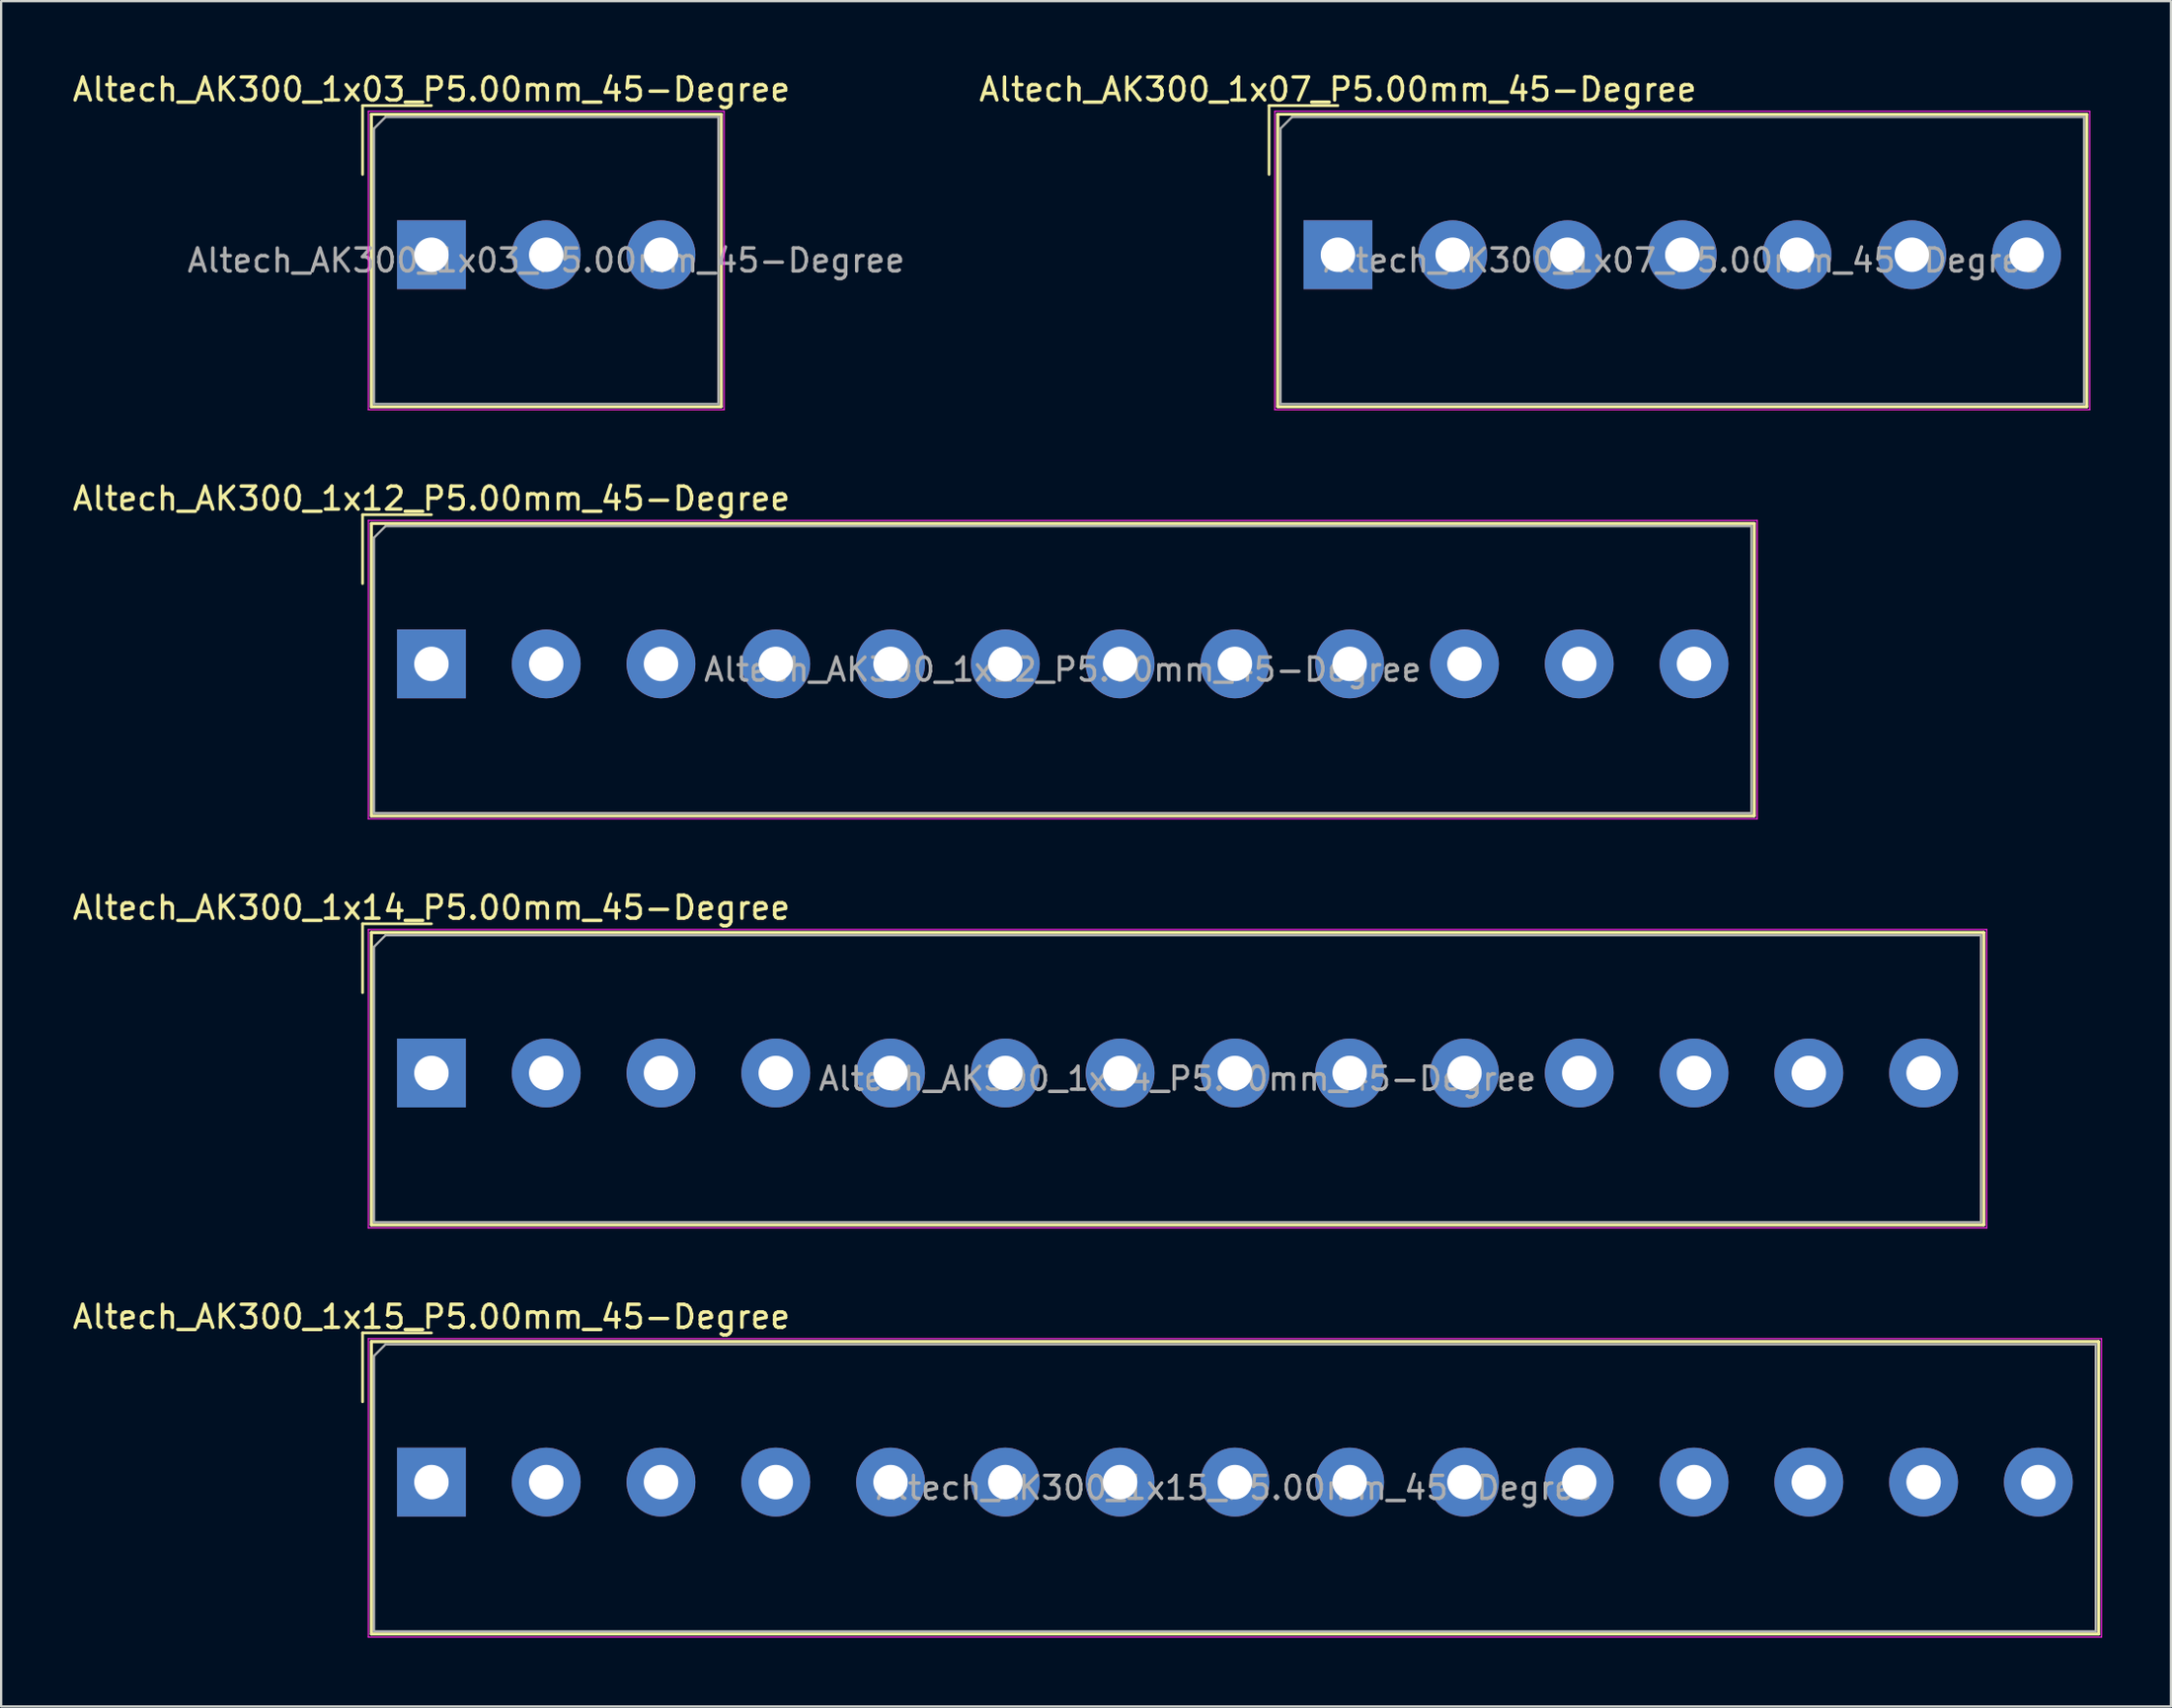
<source format=kicad_pcb>
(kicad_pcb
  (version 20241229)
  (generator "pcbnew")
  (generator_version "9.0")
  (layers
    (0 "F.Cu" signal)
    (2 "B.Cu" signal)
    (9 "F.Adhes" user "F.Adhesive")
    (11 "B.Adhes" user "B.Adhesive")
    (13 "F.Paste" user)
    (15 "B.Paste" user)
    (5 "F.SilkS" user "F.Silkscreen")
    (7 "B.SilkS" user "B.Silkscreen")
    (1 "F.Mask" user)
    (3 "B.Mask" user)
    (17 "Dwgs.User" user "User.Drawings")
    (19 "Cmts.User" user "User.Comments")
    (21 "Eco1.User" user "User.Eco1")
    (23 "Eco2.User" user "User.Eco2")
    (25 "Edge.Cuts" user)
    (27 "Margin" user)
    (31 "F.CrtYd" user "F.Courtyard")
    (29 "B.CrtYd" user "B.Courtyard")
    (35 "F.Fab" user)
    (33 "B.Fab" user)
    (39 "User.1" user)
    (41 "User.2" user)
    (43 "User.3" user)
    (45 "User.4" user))
  (footprint "Altech_AK300_1x07_P5.00mm_45-Degree"
    (layer "F.Cu")
    (at 55.232 8.048)
    (property "Reference" "Altech_AK300_1x07_P5.00mm_45-Degree" (at 0 -7.2 0) (layer "F.SilkS") (effects (font (size 1 1) (thickness 0.15))))
    (attr through_hole)
    (fp_line (start -3 -6.5) (end 0 -6.5) (stroke (width 0.12) (type solid)) (layer "F.SilkS"))
    (fp_line (start -3 -3.5) (end -3 -6.5) (stroke (width 0.12) (type solid)) (layer "F.SilkS"))
    (fp_line (start -2.62 -6.12) (end -2.62 6.62) (stroke (width 0.12) (type solid)) (layer "F.SilkS"))
    (fp_line (start -2.62 -6.12) (end -2.62 6.62) (stroke (width 0.12) (type solid)) (layer "F.SilkS"))
    (fp_line (start -2.62 -6.12) (end 32.62 -6.12) (stroke (width 0.12) (type solid)) (layer "F.SilkS"))
    (fp_line (start -2.62 -6.12) (end 32.62 -6.12) (stroke (width 0.12) (type solid)) (layer "F.SilkS"))
    (fp_line (start -2.62 6.62) (end 32.62 6.62) (stroke (width 0.12) (type solid)) (layer "F.SilkS"))
    (fp_line (start -2.62 6.62) (end 32.62 6.62) (stroke (width 0.12) (type solid)) (layer "F.SilkS"))
    (fp_line (start 32.62 -6.12) (end 32.62 6.62) (stroke (width 0.12) (type solid)) (layer "F.SilkS"))
    (fp_line (start 32.62 -6.12) (end 32.62 6.62) (stroke (width 0.12) (type solid)) (layer "F.SilkS"))
    (fp_line (start -2.75 -6.25) (end -2.75 6.75) (stroke (width 0.05) (type solid)) (layer "F.CrtYd"))
    (fp_line (start -2.75 -6.25) (end 32.75 -6.25) (stroke (width 0.05) (type solid)) (layer "F.CrtYd"))
    (fp_line (start -2.75 6.75) (end 32.75 6.75) (stroke (width 0.05) (type solid)) (layer "F.CrtYd"))
    (fp_line (start 32.75 -6.25) (end 32.75 6.75) (stroke (width 0.05) (type solid)) (layer "F.CrtYd"))
    (fp_line (start -2.5 -5.5) (end -2 -6) (stroke (width 0.1) (type solid)) (layer "F.Fab"))
    (fp_line (start -2.5 6.5) (end -2.5 -5.5) (stroke (width 0.1) (type solid)) (layer "F.Fab"))
    (fp_line (start -2 -6) (end 32.5 -6) (stroke (width 0.1) (type solid)) (layer "F.Fab"))
    (fp_line (start 32.5 -6) (end 32.5 6.5) (stroke (width 0.1) (type solid)) (layer "F.Fab"))
    (fp_line (start 32.5 6.5) (end -2.5 6.5) (stroke (width 0.1) (type solid)) (layer "F.Fab"))
    (fp_text user "${REFERENCE}" (at 15 0.25 0) (layer "F.Fab") (effects (font (size 1 1) (thickness 0.15))))
    (pad "1" thru_hole rect (at 0 0) (size 3 3) (drill 1.5) (layers "*.Cu" "*.Mask"))
    (pad "2" thru_hole circle (at 5 0) (size 3 3) (drill 1.5) (layers "*.Cu" "*.Mask"))
    (pad "3" thru_hole circle (at 10 0) (size 3 3) (drill 1.5) (layers "*.Cu" "*.Mask"))
    (pad "4" thru_hole circle (at 15 0) (size 3 3) (drill 1.5) (layers "*.Cu" "*.Mask"))
    (pad "5" thru_hole circle (at 20 0) (size 3 3) (drill 1.5) (layers "*.Cu" "*.Mask"))
    (pad "6" thru_hole circle (at 25 0) (size 3 3) (drill 1.5) (layers "*.Cu" "*.Mask"))
    (pad "7" thru_hole circle (at 30 0) (size 3 3) (drill 1.5) (layers "*.Cu" "*.Mask")))
  (footprint "Altech_AK300_1x03_P5.00mm_45-Degree"
    (layer "F.Cu")
    (at 15.744 8.048)
    (property "Reference" "Altech_AK300_1x03_P5.00mm_45-Degree" (at 0 -7.2 0) (layer "F.SilkS") (effects (font (size 1 1) (thickness 0.15))))
    (attr through_hole)
    (fp_line (start -3 -6.5) (end 0 -6.5) (stroke (width 0.12) (type solid)) (layer "F.SilkS"))
    (fp_line (start -3 -3.5) (end -3 -6.5) (stroke (width 0.12) (type solid)) (layer "F.SilkS"))
    (fp_line (start -2.62 -6.12) (end -2.62 6.62) (stroke (width 0.12) (type solid)) (layer "F.SilkS"))
    (fp_line (start -2.62 -6.12) (end -2.62 6.62) (stroke (width 0.12) (type solid)) (layer "F.SilkS"))
    (fp_line (start -2.62 -6.12) (end 12.62 -6.12) (stroke (width 0.12) (type solid)) (layer "F.SilkS"))
    (fp_line (start -2.62 -6.12) (end 12.62 -6.12) (stroke (width 0.12) (type solid)) (layer "F.SilkS"))
    (fp_line (start -2.62 6.62) (end 12.62 6.62) (stroke (width 0.12) (type solid)) (layer "F.SilkS"))
    (fp_line (start -2.62 6.62) (end 12.62 6.62) (stroke (width 0.12) (type solid)) (layer "F.SilkS"))
    (fp_line (start 12.62 -6.12) (end 12.62 6.62) (stroke (width 0.12) (type solid)) (layer "F.SilkS"))
    (fp_line (start 12.62 -6.12) (end 12.62 6.62) (stroke (width 0.12) (type solid)) (layer "F.SilkS"))
    (fp_line (start -2.75 -6.25) (end -2.75 6.75) (stroke (width 0.05) (type solid)) (layer "F.CrtYd"))
    (fp_line (start -2.75 -6.25) (end 12.75 -6.25) (stroke (width 0.05) (type solid)) (layer "F.CrtYd"))
    (fp_line (start -2.75 6.75) (end 12.75 6.75) (stroke (width 0.05) (type solid)) (layer "F.CrtYd"))
    (fp_line (start 12.75 -6.25) (end 12.75 6.75) (stroke (width 0.05) (type solid)) (layer "F.CrtYd"))
    (fp_line (start -2.5 -5.5) (end -2 -6) (stroke (width 0.1) (type solid)) (layer "F.Fab"))
    (fp_line (start -2.5 6.5) (end -2.5 -5.5) (stroke (width 0.1) (type solid)) (layer "F.Fab"))
    (fp_line (start -2 -6) (end 12.5 -6) (stroke (width 0.1) (type solid)) (layer "F.Fab"))
    (fp_line (start 12.5 -6) (end 12.5 6.5) (stroke (width 0.1) (type solid)) (layer "F.Fab"))
    (fp_line (start 12.5 6.5) (end -2.5 6.5) (stroke (width 0.1) (type solid)) (layer "F.Fab"))
    (fp_text user "${REFERENCE}" (at 5 0.25 0) (layer "F.Fab") (effects (font (size 1 1) (thickness 0.15))))
    (pad "1" thru_hole rect (at 0 0) (size 3 3) (drill 1.5) (layers "*.Cu" "*.Mask"))
    (pad "2" thru_hole circle (at 5 0) (size 3 3) (drill 1.5) (layers "*.Cu" "*.Mask"))
    (pad "3" thru_hole circle (at 10 0) (size 3 3) (drill 1.5) (layers "*.Cu" "*.Mask")))
  (footprint "Altech_AK300_1x14_P5.00mm_45-Degree"
    (layer "F.Cu")
    (at 15.744 43.695)
    (property "Reference" "Altech_AK300_1x14_P5.00mm_45-Degree" (at 0 -7.2 0) (layer "F.SilkS") (effects (font (size 1 1) (thickness 0.15))))
    (attr through_hole)
    (fp_line (start -3 -6.5) (end 0 -6.5) (stroke (width 0.12) (type solid)) (layer "F.SilkS"))
    (fp_line (start -3 -3.5) (end -3 -6.5) (stroke (width 0.12) (type solid)) (layer "F.SilkS"))
    (fp_line (start -2.62 -6.12) (end -2.62 6.62) (stroke (width 0.12) (type solid)) (layer "F.SilkS"))
    (fp_line (start -2.62 -6.12) (end -2.62 6.62) (stroke (width 0.12) (type solid)) (layer "F.SilkS"))
    (fp_line (start -2.62 -6.12) (end 67.62 -6.12) (stroke (width 0.12) (type solid)) (layer "F.SilkS"))
    (fp_line (start -2.62 -6.12) (end 67.62 -6.12) (stroke (width 0.12) (type solid)) (layer "F.SilkS"))
    (fp_line (start -2.62 6.62) (end 67.62 6.62) (stroke (width 0.12) (type solid)) (layer "F.SilkS"))
    (fp_line (start -2.62 6.62) (end 67.62 6.62) (stroke (width 0.12) (type solid)) (layer "F.SilkS"))
    (fp_line (start 67.62 -6.12) (end 67.62 6.62) (stroke (width 0.12) (type solid)) (layer "F.SilkS"))
    (fp_line (start 67.62 -6.12) (end 67.62 6.62) (stroke (width 0.12) (type solid)) (layer "F.SilkS"))
    (fp_line (start -2.75 -6.25) (end -2.75 6.75) (stroke (width 0.05) (type solid)) (layer "F.CrtYd"))
    (fp_line (start -2.75 -6.25) (end 67.75 -6.25) (stroke (width 0.05) (type solid)) (layer "F.CrtYd"))
    (fp_line (start -2.75 6.75) (end 67.75 6.75) (stroke (width 0.05) (type solid)) (layer "F.CrtYd"))
    (fp_line (start 67.75 -6.25) (end 67.75 6.75) (stroke (width 0.05) (type solid)) (layer "F.CrtYd"))
    (fp_line (start -2.5 -5.5) (end -2 -6) (stroke (width 0.1) (type solid)) (layer "F.Fab"))
    (fp_line (start -2.5 6.5) (end -2.5 -5.5) (stroke (width 0.1) (type solid)) (layer "F.Fab"))
    (fp_line (start -2 -6) (end 67.5 -6) (stroke (width 0.1) (type solid)) (layer "F.Fab"))
    (fp_line (start 67.5 -6) (end 67.5 6.5) (stroke (width 0.1) (type solid)) (layer "F.Fab"))
    (fp_line (start 67.5 6.5) (end -2.5 6.5) (stroke (width 0.1) (type solid)) (layer "F.Fab"))
    (fp_text user "${REFERENCE}" (at 32.5 0.25 0) (layer "F.Fab") (effects (font (size 1 1) (thickness 0.15))))
    (pad "1" thru_hole rect (at 0 0) (size 3 3) (drill 1.5) (layers "*.Cu" "*.Mask"))
    (pad "2" thru_hole circle (at 5 0) (size 3 3) (drill 1.5) (layers "*.Cu" "*.Mask"))
    (pad "3" thru_hole circle (at 10 0) (size 3 3) (drill 1.5) (layers "*.Cu" "*.Mask"))
    (pad "4" thru_hole circle (at 15 0) (size 3 3) (drill 1.5) (layers "*.Cu" "*.Mask"))
    (pad "5" thru_hole circle (at 20 0) (size 3 3) (drill 1.5) (layers "*.Cu" "*.Mask"))
    (pad "6" thru_hole circle (at 25 0) (size 3 3) (drill 1.5) (layers "*.Cu" "*.Mask"))
    (pad "7" thru_hole circle (at 30 0) (size 3 3) (drill 1.5) (layers "*.Cu" "*.Mask"))
    (pad "8" thru_hole circle (at 35 0) (size 3 3) (drill 1.5) (layers "*.Cu" "*.Mask"))
    (pad "9" thru_hole circle (at 40 0) (size 3 3) (drill 1.5) (layers "*.Cu" "*.Mask"))
    (pad "10" thru_hole circle (at 45 0) (size 3 3) (drill 1.5) (layers "*.Cu" "*.Mask"))
    (pad "11" thru_hole circle (at 50 0) (size 3 3) (drill 1.5) (layers "*.Cu" "*.Mask"))
    (pad "12" thru_hole circle (at 55 0) (size 3 3) (drill 1.5) (layers "*.Cu" "*.Mask"))
    (pad "13" thru_hole circle (at 60 0) (size 3 3) (drill 1.5) (layers "*.Cu" "*.Mask"))
    (pad "14" thru_hole circle (at 65 0) (size 3 3) (drill 1.5) (layers "*.Cu" "*.Mask")))
  (footprint "Altech_AK300_1x12_P5.00mm_45-Degree"
    (layer "F.Cu")
    (at 15.744 25.872)
    (property "Reference" "Altech_AK300_1x12_P5.00mm_45-Degree" (at 0 -7.2 0) (layer "F.SilkS") (effects (font (size 1 1) (thickness 0.15))))
    (attr through_hole)
    (fp_line (start -3 -6.5) (end 0 -6.5) (stroke (width 0.12) (type solid)) (layer "F.SilkS"))
    (fp_line (start -3 -3.5) (end -3 -6.5) (stroke (width 0.12) (type solid)) (layer "F.SilkS"))
    (fp_line (start -2.62 -6.12) (end -2.62 6.62) (stroke (width 0.12) (type solid)) (layer "F.SilkS"))
    (fp_line (start -2.62 -6.12) (end -2.62 6.62) (stroke (width 0.12) (type solid)) (layer "F.SilkS"))
    (fp_line (start -2.62 -6.12) (end 57.62 -6.12) (stroke (width 0.12) (type solid)) (layer "F.SilkS"))
    (fp_line (start -2.62 -6.12) (end 57.62 -6.12) (stroke (width 0.12) (type solid)) (layer "F.SilkS"))
    (fp_line (start -2.62 6.62) (end 57.62 6.62) (stroke (width 0.12) (type solid)) (layer "F.SilkS"))
    (fp_line (start -2.62 6.62) (end 57.62 6.62) (stroke (width 0.12) (type solid)) (layer "F.SilkS"))
    (fp_line (start 57.62 -6.12) (end 57.62 6.62) (stroke (width 0.12) (type solid)) (layer "F.SilkS"))
    (fp_line (start 57.62 -6.12) (end 57.62 6.62) (stroke (width 0.12) (type solid)) (layer "F.SilkS"))
    (fp_line (start -2.75 -6.25) (end -2.75 6.75) (stroke (width 0.05) (type solid)) (layer "F.CrtYd"))
    (fp_line (start -2.75 -6.25) (end 57.75 -6.25) (stroke (width 0.05) (type solid)) (layer "F.CrtYd"))
    (fp_line (start -2.75 6.75) (end 57.75 6.75) (stroke (width 0.05) (type solid)) (layer "F.CrtYd"))
    (fp_line (start 57.75 -6.25) (end 57.75 6.75) (stroke (width 0.05) (type solid)) (layer "F.CrtYd"))
    (fp_line (start -2.5 -5.5) (end -2 -6) (stroke (width 0.1) (type solid)) (layer "F.Fab"))
    (fp_line (start -2.5 6.5) (end -2.5 -5.5) (stroke (width 0.1) (type solid)) (layer "F.Fab"))
    (fp_line (start -2 -6) (end 57.5 -6) (stroke (width 0.1) (type solid)) (layer "F.Fab"))
    (fp_line (start 57.5 -6) (end 57.5 6.5) (stroke (width 0.1) (type solid)) (layer "F.Fab"))
    (fp_line (start 57.5 6.5) (end -2.5 6.5) (stroke (width 0.1) (type solid)) (layer "F.Fab"))
    (fp_text user "${REFERENCE}" (at 27.5 0.25 0) (layer "F.Fab") (effects (font (size 1 1) (thickness 0.15))))
    (pad "1" thru_hole rect (at 0 0) (size 3 3) (drill 1.5) (layers "*.Cu" "*.Mask"))
    (pad "2" thru_hole circle (at 5 0) (size 3 3) (drill 1.5) (layers "*.Cu" "*.Mask"))
    (pad "3" thru_hole circle (at 10 0) (size 3 3) (drill 1.5) (layers "*.Cu" "*.Mask"))
    (pad "4" thru_hole circle (at 15 0) (size 3 3) (drill 1.5) (layers "*.Cu" "*.Mask"))
    (pad "5" thru_hole circle (at 20 0) (size 3 3) (drill 1.5) (layers "*.Cu" "*.Mask"))
    (pad "6" thru_hole circle (at 25 0) (size 3 3) (drill 1.5) (layers "*.Cu" "*.Mask"))
    (pad "7" thru_hole circle (at 30 0) (size 3 3) (drill 1.5) (layers "*.Cu" "*.Mask"))
    (pad "8" thru_hole circle (at 35 0) (size 3 3) (drill 1.5) (layers "*.Cu" "*.Mask"))
    (pad "9" thru_hole circle (at 40 0) (size 3 3) (drill 1.5) (layers "*.Cu" "*.Mask"))
    (pad "10" thru_hole circle (at 45 0) (size 3 3) (drill 1.5) (layers "*.Cu" "*.Mask"))
    (pad "11" thru_hole circle (at 50 0) (size 3 3) (drill 1.5) (layers "*.Cu" "*.Mask"))
    (pad "12" thru_hole circle (at 55 0) (size 3 3) (drill 1.5) (layers "*.Cu" "*.Mask")))
  (footprint "Altech_AK300_1x15_P5.00mm_45-Degree"
    (layer "F.Cu")
    (at 15.744 61.518)
    (property "Reference" "Altech_AK300_1x15_P5.00mm_45-Degree" (at 0 -7.2 0) (layer "F.SilkS") (effects (font (size 1 1) (thickness 0.15))))
    (attr through_hole)
    (fp_line (start -3 -6.5) (end 0 -6.5) (stroke (width 0.12) (type solid)) (layer "F.SilkS"))
    (fp_line (start -3 -3.5) (end -3 -6.5) (stroke (width 0.12) (type solid)) (layer "F.SilkS"))
    (fp_line (start -2.62 -6.12) (end -2.62 6.62) (stroke (width 0.12) (type solid)) (layer "F.SilkS"))
    (fp_line (start -2.62 -6.12) (end -2.62 6.62) (stroke (width 0.12) (type solid)) (layer "F.SilkS"))
    (fp_line (start -2.62 -6.12) (end 72.62 -6.12) (stroke (width 0.12) (type solid)) (layer "F.SilkS"))
    (fp_line (start -2.62 -6.12) (end 72.62 -6.12) (stroke (width 0.12) (type solid)) (layer "F.SilkS"))
    (fp_line (start -2.62 6.62) (end 72.62 6.62) (stroke (width 0.12) (type solid)) (layer "F.SilkS"))
    (fp_line (start -2.62 6.62) (end 72.62 6.62) (stroke (width 0.12) (type solid)) (layer "F.SilkS"))
    (fp_line (start 72.62 -6.12) (end 72.62 6.62) (stroke (width 0.12) (type solid)) (layer "F.SilkS"))
    (fp_line (start 72.62 -6.12) (end 72.62 6.62) (stroke (width 0.12) (type solid)) (layer "F.SilkS"))
    (fp_line (start -2.75 -6.25) (end -2.75 6.75) (stroke (width 0.05) (type solid)) (layer "F.CrtYd"))
    (fp_line (start -2.75 -6.25) (end 72.75 -6.25) (stroke (width 0.05) (type solid)) (layer "F.CrtYd"))
    (fp_line (start -2.75 6.75) (end 72.75 6.75) (stroke (width 0.05) (type solid)) (layer "F.CrtYd"))
    (fp_line (start 72.75 -6.25) (end 72.75 6.75) (stroke (width 0.05) (type solid)) (layer "F.CrtYd"))
    (fp_line (start -2.5 -5.5) (end -2 -6) (stroke (width 0.1) (type solid)) (layer "F.Fab"))
    (fp_line (start -2.5 6.5) (end -2.5 -5.5) (stroke (width 0.1) (type solid)) (layer "F.Fab"))
    (fp_line (start -2 -6) (end 72.5 -6) (stroke (width 0.1) (type solid)) (layer "F.Fab"))
    (fp_line (start 72.5 -6) (end 72.5 6.5) (stroke (width 0.1) (type solid)) (layer "F.Fab"))
    (fp_line (start 72.5 6.5) (end -2.5 6.5) (stroke (width 0.1) (type solid)) (layer "F.Fab"))
    (fp_text user "${REFERENCE}" (at 35 0.25 0) (layer "F.Fab") (effects (font (size 1 1) (thickness 0.15))))
    (pad "1" thru_hole rect (at 0 0) (size 3 3) (drill 1.5) (layers "*.Cu" "*.Mask"))
    (pad "2" thru_hole circle (at 5 0) (size 3 3) (drill 1.5) (layers "*.Cu" "*.Mask"))
    (pad "3" thru_hole circle (at 10 0) (size 3 3) (drill 1.5) (layers "*.Cu" "*.Mask"))
    (pad "4" thru_hole circle (at 15 0) (size 3 3) (drill 1.5) (layers "*.Cu" "*.Mask"))
    (pad "5" thru_hole circle (at 20 0) (size 3 3) (drill 1.5) (layers "*.Cu" "*.Mask"))
    (pad "6" thru_hole circle (at 25 0) (size 3 3) (drill 1.5) (layers "*.Cu" "*.Mask"))
    (pad "7" thru_hole circle (at 30 0) (size 3 3) (drill 1.5) (layers "*.Cu" "*.Mask"))
    (pad "8" thru_hole circle (at 35 0) (size 3 3) (drill 1.5) (layers "*.Cu" "*.Mask"))
    (pad "9" thru_hole circle (at 40 0) (size 3 3) (drill 1.5) (layers "*.Cu" "*.Mask"))
    (pad "10" thru_hole circle (at 45 0) (size 3 3) (drill 1.5) (layers "*.Cu" "*.Mask"))
    (pad "11" thru_hole circle (at 50 0) (size 3 3) (drill 1.5) (layers "*.Cu" "*.Mask"))
    (pad "12" thru_hole circle (at 55 0) (size 3 3) (drill 1.5) (layers "*.Cu" "*.Mask"))
    (pad "13" thru_hole circle (at 60 0) (size 3 3) (drill 1.5) (layers "*.Cu" "*.Mask"))
    (pad "14" thru_hole circle (at 65 0) (size 3 3) (drill 1.5) (layers "*.Cu" "*.Mask"))
    (pad "15" thru_hole circle (at 70 0) (size 3 3) (drill 1.5) (layers "*.Cu" "*.Mask")))
  (gr_rect
    (start -3 -3)
    (end 91.519 71.293)
    (stroke (width 0.1) (type default))
    (fill no)
    (layer "Edge.Cuts")))
</source>
